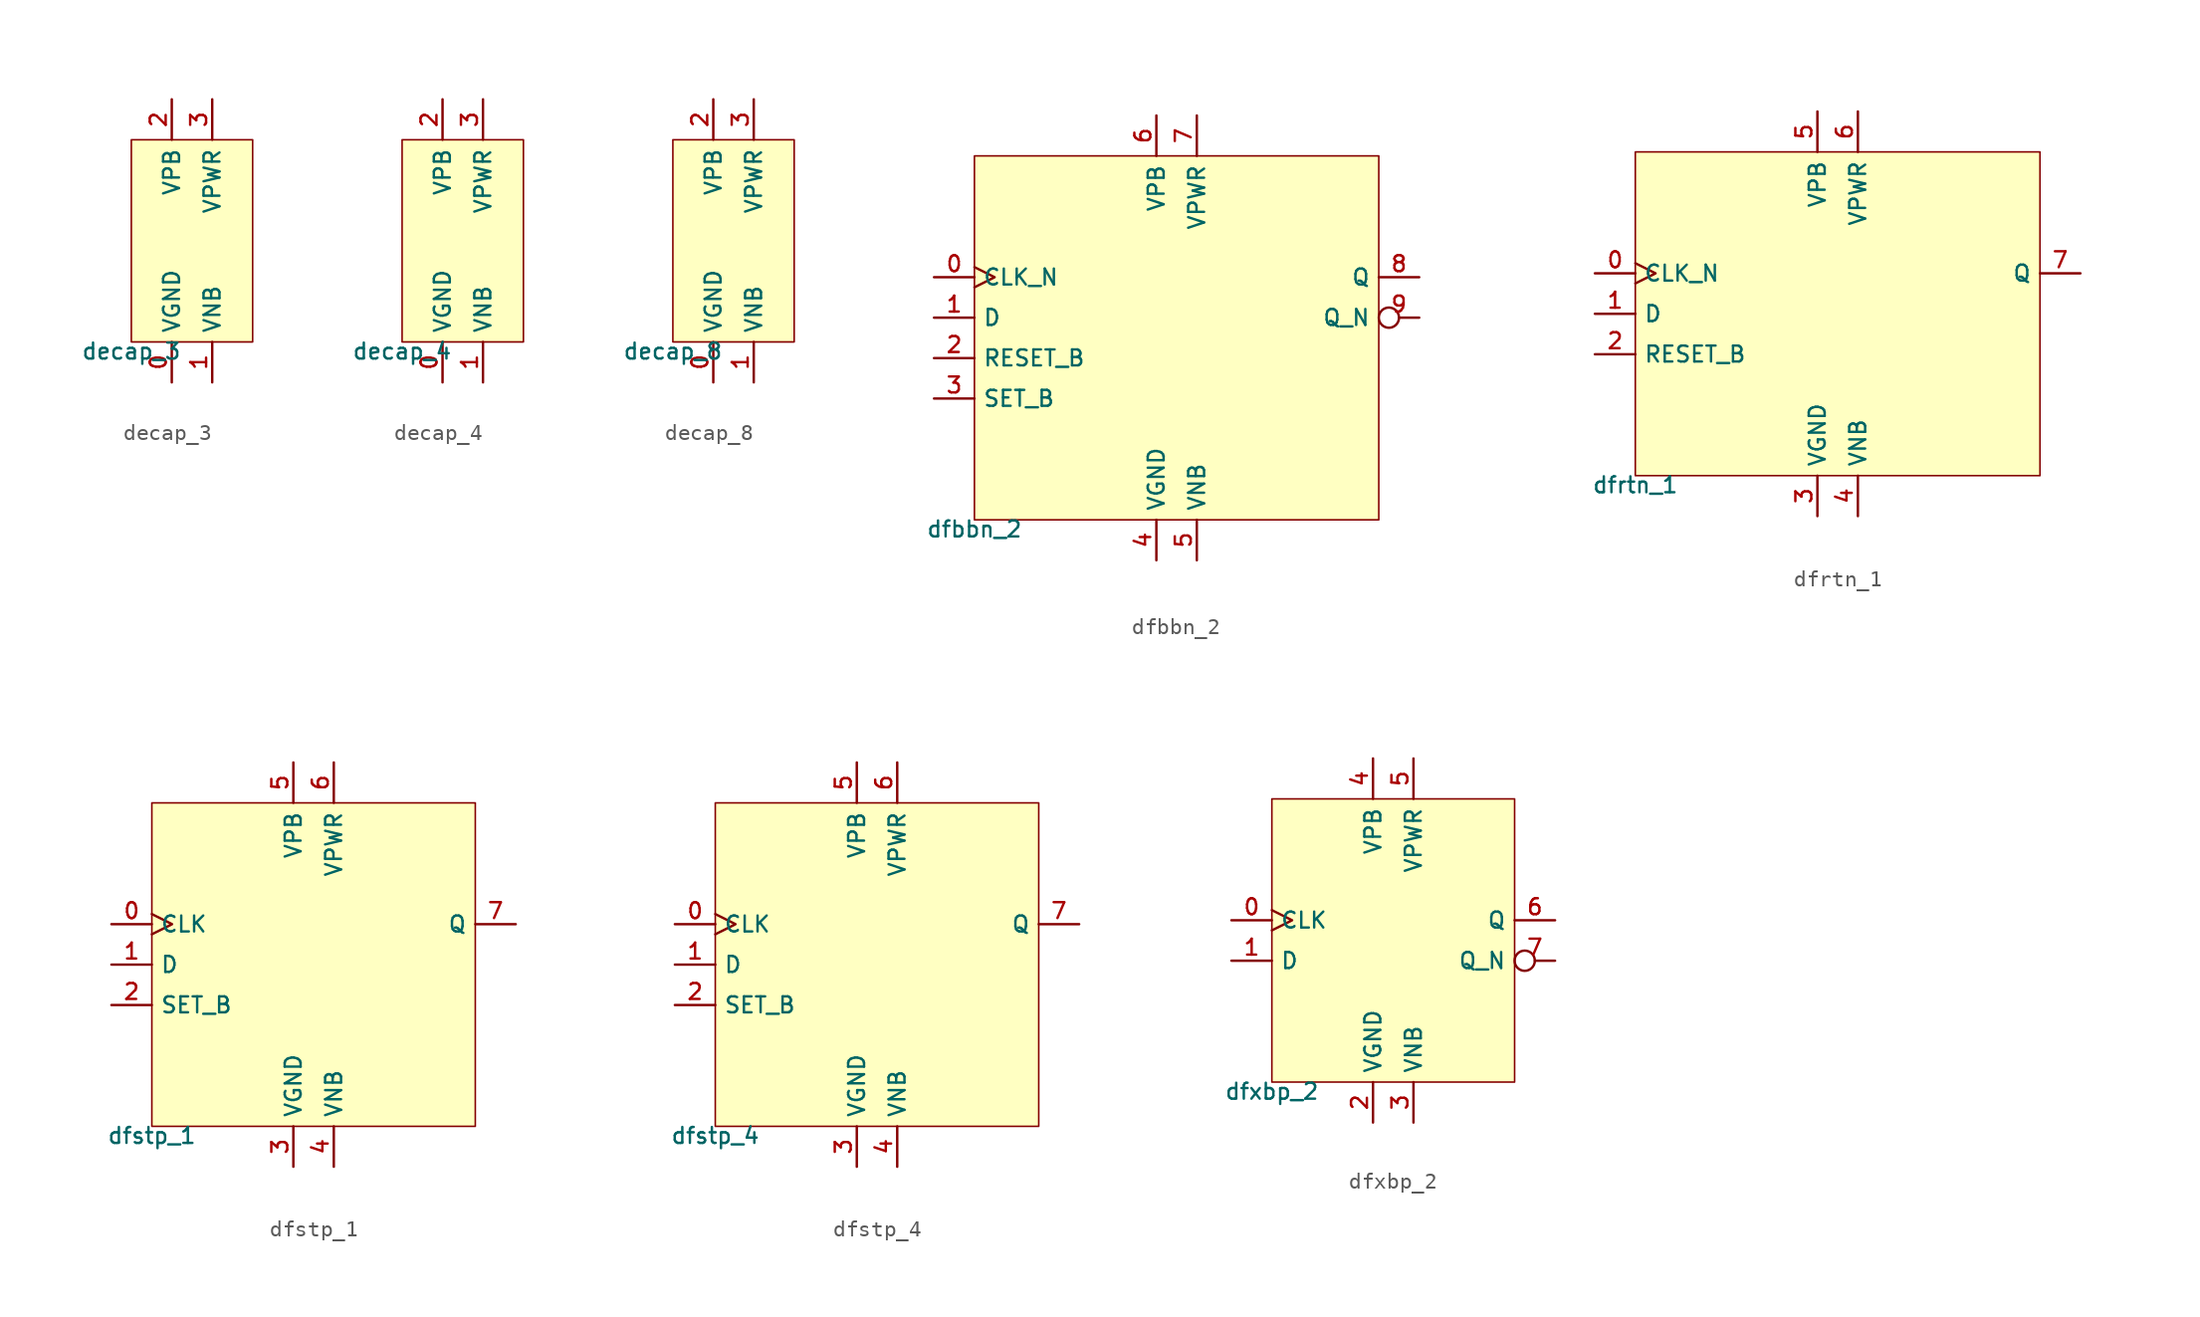
<source format=kicad_sym>
(kicad_symbol_lib
  (version 20211014)
  (generator pdk2kicad)
  (symbol "decap_3"
    (property "Reference" "X"
      (at 0 0 0)
      (effects (font (size 1 1)) hide))
    (property "Value" "decap_3"
      (at -3.81 -6.35 0)
      (effects (font (size 1 1)) (justify top)))
    (rectangle
      (start -3.81 -6.35)
      (end 3.81 6.35)
      (stroke (width 0.1) (type solid) (color 0 0 0 0))
      (fill (type background)))
    (pin power_in line
      (at -1.27 -8.89 90)
      (length 2.54)
      (name "VGND" (effects (font (size 1 1)) hide))
      (number "0" (effects (font (size 1 1)) hide)))
    (pin power_in line
      (at 1.27 -8.89 90)
      (length 2.54)
      (name "VNB" (effects (font (size 1 1)) hide))
      (number "1" (effects (font (size 1 1)) hide)))
    (pin power_in line
      (at -1.27 8.89 270)
      (length 2.54)
      (name "VPB" (effects (font (size 1 1)) hide))
      (number "2" (effects (font (size 1 1)) hide)))
    (pin power_in line
      (at 1.27 8.89 270)
      (length 2.54)
      (name "VPWR" (effects (font (size 1 1)) hide))
      (number "3" (effects (font (size 1 1)) hide))))
  (symbol "decap_4"
    (property "Reference" "X"
      (at 0 0 0)
      (effects (font (size 1 1)) hide))
    (property "Value" "decap_4"
      (at -3.81 -6.35 0)
      (effects (font (size 1 1)) (justify top)))
    (rectangle
      (start -3.81 -6.35)
      (end 3.81 6.35)
      (stroke (width 0.1) (type solid) (color 0 0 0 0))
      (fill (type background)))
    (pin power_in line
      (at -1.27 -8.89 90)
      (length 2.54)
      (name "VGND" (effects (font (size 1 1)) hide))
      (number "0" (effects (font (size 1 1)) hide)))
    (pin power_in line
      (at 1.27 -8.89 90)
      (length 2.54)
      (name "VNB" (effects (font (size 1 1)) hide))
      (number "1" (effects (font (size 1 1)) hide)))
    (pin power_in line
      (at -1.27 8.89 270)
      (length 2.54)
      (name "VPB" (effects (font (size 1 1)) hide))
      (number "2" (effects (font (size 1 1)) hide)))
    (pin power_in line
      (at 1.27 8.89 270)
      (length 2.54)
      (name "VPWR" (effects (font (size 1 1)) hide))
      (number "3" (effects (font (size 1 1)) hide))))
  (symbol "decap_8"
    (property "Reference" "X"
      (at 0 0 0)
      (effects (font (size 1 1)) hide))
    (property "Value" "decap_8"
      (at -3.81 -6.35 0)
      (effects (font (size 1 1)) (justify top)))
    (rectangle
      (start -3.81 -6.35)
      (end 3.81 6.35)
      (stroke (width 0.1) (type solid) (color 0 0 0 0))
      (fill (type background)))
    (pin power_in line
      (at -1.27 -8.89 90)
      (length 2.54)
      (name "VGND" (effects (font (size 1 1)) hide))
      (number "0" (effects (font (size 1 1)) hide)))
    (pin power_in line
      (at 1.27 -8.89 90)
      (length 2.54)
      (name "VNB" (effects (font (size 1 1)) hide))
      (number "1" (effects (font (size 1 1)) hide)))
    (pin power_in line
      (at -1.27 8.89 270)
      (length 2.54)
      (name "VPB" (effects (font (size 1 1)) hide))
      (number "2" (effects (font (size 1 1)) hide)))
    (pin power_in line
      (at 1.27 8.89 270)
      (length 2.54)
      (name "VPWR" (effects (font (size 1 1)) hide))
      (number "3" (effects (font (size 1 1)) hide))))
  (symbol "dfbbn_2"
    (property "Reference" "X"
      (at 0 0 0)
      (effects (font (size 1 1)) hide))
    (property "Value" "dfbbn_2"
      (at -12.7 -11.43 0)
      (effects (font (size 1 1)) (justify top)))
    (rectangle
      (start -12.7 -11.43)
      (end 12.7 11.43)
      (stroke (width 0.1) (type solid) (color 0 0 0 0))
      (fill (type background)))
    (pin input clock
      (at -15.24 3.81 0)
      (length 2.54)
      (name "CLK_N" (effects (font (size 1 1)) hide))
      (number "0" (effects (font (size 1 1)) hide)))
    (pin input line
      (at -15.24 1.27 0)
      (length 2.54)
      (name "D" (effects (font (size 1 1)) hide))
      (number "1" (effects (font (size 1 1)) hide)))
    (pin input line
      (at -15.24 -1.27 0)
      (length 2.54)
      (name "RESET_B" (effects (font (size 1 1)) hide))
      (number "2" (effects (font (size 1 1)) hide)))
    (pin input line
      (at -15.24 -3.81 0)
      (length 2.54)
      (name "SET_B" (effects (font (size 1 1)) hide))
      (number "3" (effects (font (size 1 1)) hide)))
    (pin power_in line
      (at -1.27 -13.97 90)
      (length 2.54)
      (name "VGND" (effects (font (size 1 1)) hide))
      (number "4" (effects (font (size 1 1)) hide)))
    (pin power_in line
      (at 1.27 -13.97 90)
      (length 2.54)
      (name "VNB" (effects (font (size 1 1)) hide))
      (number "5" (effects (font (size 1 1)) hide)))
    (pin power_in line
      (at -1.27 13.97 270)
      (length 2.54)
      (name "VPB" (effects (font (size 1 1)) hide))
      (number "6" (effects (font (size 1 1)) hide)))
    (pin power_in line
      (at 1.27 13.97 270)
      (length 2.54)
      (name "VPWR" (effects (font (size 1 1)) hide))
      (number "7" (effects (font (size 1 1)) hide)))
    (pin output line
      (at 15.24 3.81 180)
      (length 2.54)
      (name "Q" (effects (font (size 1 1)) hide))
      (number "8" (effects (font (size 1 1)) hide)))
    (pin output inverted
      (at 15.24 1.27 180)
      (length 2.54)
      (name "Q_N" (effects (font (size 1 1)) hide))
      (number "9" (effects (font (size 1 1)) hide))))
  (symbol "dfrtn_1"
    (property "Reference" "X"
      (at 0 0 0)
      (effects (font (size 1 1)) hide))
    (property "Value" "dfrtn_1"
      (at -12.7 -10.16 0)
      (effects (font (size 1 1)) (justify top)))
    (rectangle
      (start -12.7 -10.16)
      (end 12.7 10.16)
      (stroke (width 0.1) (type solid) (color 0 0 0 0))
      (fill (type background)))
    (pin input clock
      (at -15.24 2.54 0)
      (length 2.54)
      (name "CLK_N" (effects (font (size 1 1)) hide))
      (number "0" (effects (font (size 1 1)) hide)))
    (pin input line
      (at -15.24 0.0 0)
      (length 2.54)
      (name "D" (effects (font (size 1 1)) hide))
      (number "1" (effects (font (size 1 1)) hide)))
    (pin input line
      (at -15.24 -2.54 0)
      (length 2.54)
      (name "RESET_B" (effects (font (size 1 1)) hide))
      (number "2" (effects (font (size 1 1)) hide)))
    (pin power_in line
      (at -1.27 -12.7 90)
      (length 2.54)
      (name "VGND" (effects (font (size 1 1)) hide))
      (number "3" (effects (font (size 1 1)) hide)))
    (pin power_in line
      (at 1.27 -12.7 90)
      (length 2.54)
      (name "VNB" (effects (font (size 1 1)) hide))
      (number "4" (effects (font (size 1 1)) hide)))
    (pin power_in line
      (at -1.27 12.7 270)
      (length 2.54)
      (name "VPB" (effects (font (size 1 1)) hide))
      (number "5" (effects (font (size 1 1)) hide)))
    (pin power_in line
      (at 1.27 12.7 270)
      (length 2.54)
      (name "VPWR" (effects (font (size 1 1)) hide))
      (number "6" (effects (font (size 1 1)) hide)))
    (pin output line
      (at 15.24 2.54 180)
      (length 2.54)
      (name "Q" (effects (font (size 1 1)) hide))
      (number "7" (effects (font (size 1 1)) hide))))
  (symbol "dfstp_1"
    (property "Reference" "X"
      (at 0 0 0)
      (effects (font (size 1 1)) hide))
    (property "Value" "dfstp_1"
      (at -10.16 -10.16 0)
      (effects (font (size 1 1)) (justify top)))
    (rectangle
      (start -10.16 -10.16)
      (end 10.16 10.16)
      (stroke (width 0.1) (type solid) (color 0 0 0 0))
      (fill (type background)))
    (pin input clock
      (at -12.7 2.54 0)
      (length 2.54)
      (name "CLK" (effects (font (size 1 1)) hide))
      (number "0" (effects (font (size 1 1)) hide)))
    (pin input line
      (at -12.7 0.0 0)
      (length 2.54)
      (name "D" (effects (font (size 1 1)) hide))
      (number "1" (effects (font (size 1 1)) hide)))
    (pin input line
      (at -12.7 -2.54 0)
      (length 2.54)
      (name "SET_B" (effects (font (size 1 1)) hide))
      (number "2" (effects (font (size 1 1)) hide)))
    (pin power_in line
      (at -1.27 -12.7 90)
      (length 2.54)
      (name "VGND" (effects (font (size 1 1)) hide))
      (number "3" (effects (font (size 1 1)) hide)))
    (pin power_in line
      (at 1.27 -12.7 90)
      (length 2.54)
      (name "VNB" (effects (font (size 1 1)) hide))
      (number "4" (effects (font (size 1 1)) hide)))
    (pin power_in line
      (at -1.27 12.7 270)
      (length 2.54)
      (name "VPB" (effects (font (size 1 1)) hide))
      (number "5" (effects (font (size 1 1)) hide)))
    (pin power_in line
      (at 1.27 12.7 270)
      (length 2.54)
      (name "VPWR" (effects (font (size 1 1)) hide))
      (number "6" (effects (font (size 1 1)) hide)))
    (pin output line
      (at 12.7 2.54 180)
      (length 2.54)
      (name "Q" (effects (font (size 1 1)) hide))
      (number "7" (effects (font (size 1 1)) hide))))
  (symbol "dfstp_4"
    (property "Reference" "X"
      (at 0 0 0)
      (effects (font (size 1 1)) hide))
    (property "Value" "dfstp_4"
      (at -10.16 -10.16 0)
      (effects (font (size 1 1)) (justify top)))
    (rectangle
      (start -10.16 -10.16)
      (end 10.16 10.16)
      (stroke (width 0.1) (type solid) (color 0 0 0 0))
      (fill (type background)))
    (pin input clock
      (at -12.7 2.54 0)
      (length 2.54)
      (name "CLK" (effects (font (size 1 1)) hide))
      (number "0" (effects (font (size 1 1)) hide)))
    (pin input line
      (at -12.7 0.0 0)
      (length 2.54)
      (name "D" (effects (font (size 1 1)) hide))
      (number "1" (effects (font (size 1 1)) hide)))
    (pin input line
      (at -12.7 -2.54 0)
      (length 2.54)
      (name "SET_B" (effects (font (size 1 1)) hide))
      (number "2" (effects (font (size 1 1)) hide)))
    (pin power_in line
      (at -1.27 -12.7 90)
      (length 2.54)
      (name "VGND" (effects (font (size 1 1)) hide))
      (number "3" (effects (font (size 1 1)) hide)))
    (pin power_in line
      (at 1.27 -12.7 90)
      (length 2.54)
      (name "VNB" (effects (font (size 1 1)) hide))
      (number "4" (effects (font (size 1 1)) hide)))
    (pin power_in line
      (at -1.27 12.7 270)
      (length 2.54)
      (name "VPB" (effects (font (size 1 1)) hide))
      (number "5" (effects (font (size 1 1)) hide)))
    (pin power_in line
      (at 1.27 12.7 270)
      (length 2.54)
      (name "VPWR" (effects (font (size 1 1)) hide))
      (number "6" (effects (font (size 1 1)) hide)))
    (pin output line
      (at 12.7 2.54 180)
      (length 2.54)
      (name "Q" (effects (font (size 1 1)) hide))
      (number "7" (effects (font (size 1 1)) hide))))
  (symbol "dfxbp_2"
    (property "Reference" "X"
      (at 0 0 0)
      (effects (font (size 1 1)) hide))
    (property "Value" "dfxbp_2"
      (at -7.62 -8.89 0)
      (effects (font (size 1 1)) (justify top)))
    (rectangle
      (start -7.62 -8.89)
      (end 7.62 8.89)
      (stroke (width 0.1) (type solid) (color 0 0 0 0))
      (fill (type background)))
    (pin input clock
      (at -10.16 1.27 0)
      (length 2.54)
      (name "CLK" (effects (font (size 1 1)) hide))
      (number "0" (effects (font (size 1 1)) hide)))
    (pin input line
      (at -10.16 -1.27 0)
      (length 2.54)
      (name "D" (effects (font (size 1 1)) hide))
      (number "1" (effects (font (size 1 1)) hide)))
    (pin power_in line
      (at -1.27 -11.43 90)
      (length 2.54)
      (name "VGND" (effects (font (size 1 1)) hide))
      (number "2" (effects (font (size 1 1)) hide)))
    (pin power_in line
      (at 1.27 -11.43 90)
      (length 2.54)
      (name "VNB" (effects (font (size 1 1)) hide))
      (number "3" (effects (font (size 1 1)) hide)))
    (pin power_in line
      (at -1.27 11.43 270)
      (length 2.54)
      (name "VPB" (effects (font (size 1 1)) hide))
      (number "4" (effects (font (size 1 1)) hide)))
    (pin power_in line
      (at 1.27 11.43 270)
      (length 2.54)
      (name "VPWR" (effects (font (size 1 1)) hide))
      (number "5" (effects (font (size 1 1)) hide)))
    (pin output line
      (at 10.16 1.27 180)
      (length 2.54)
      (name "Q" (effects (font (size 1 1)) hide))
      (number "6" (effects (font (size 1 1)) hide)))
    (pin output inverted
      (at 10.16 -1.27 180)
      (length 2.54)
      (name "Q_N" (effects (font (size 1 1)) hide))
      (number "7" (effects (font (size 1 1)) hide)))))
</source>
